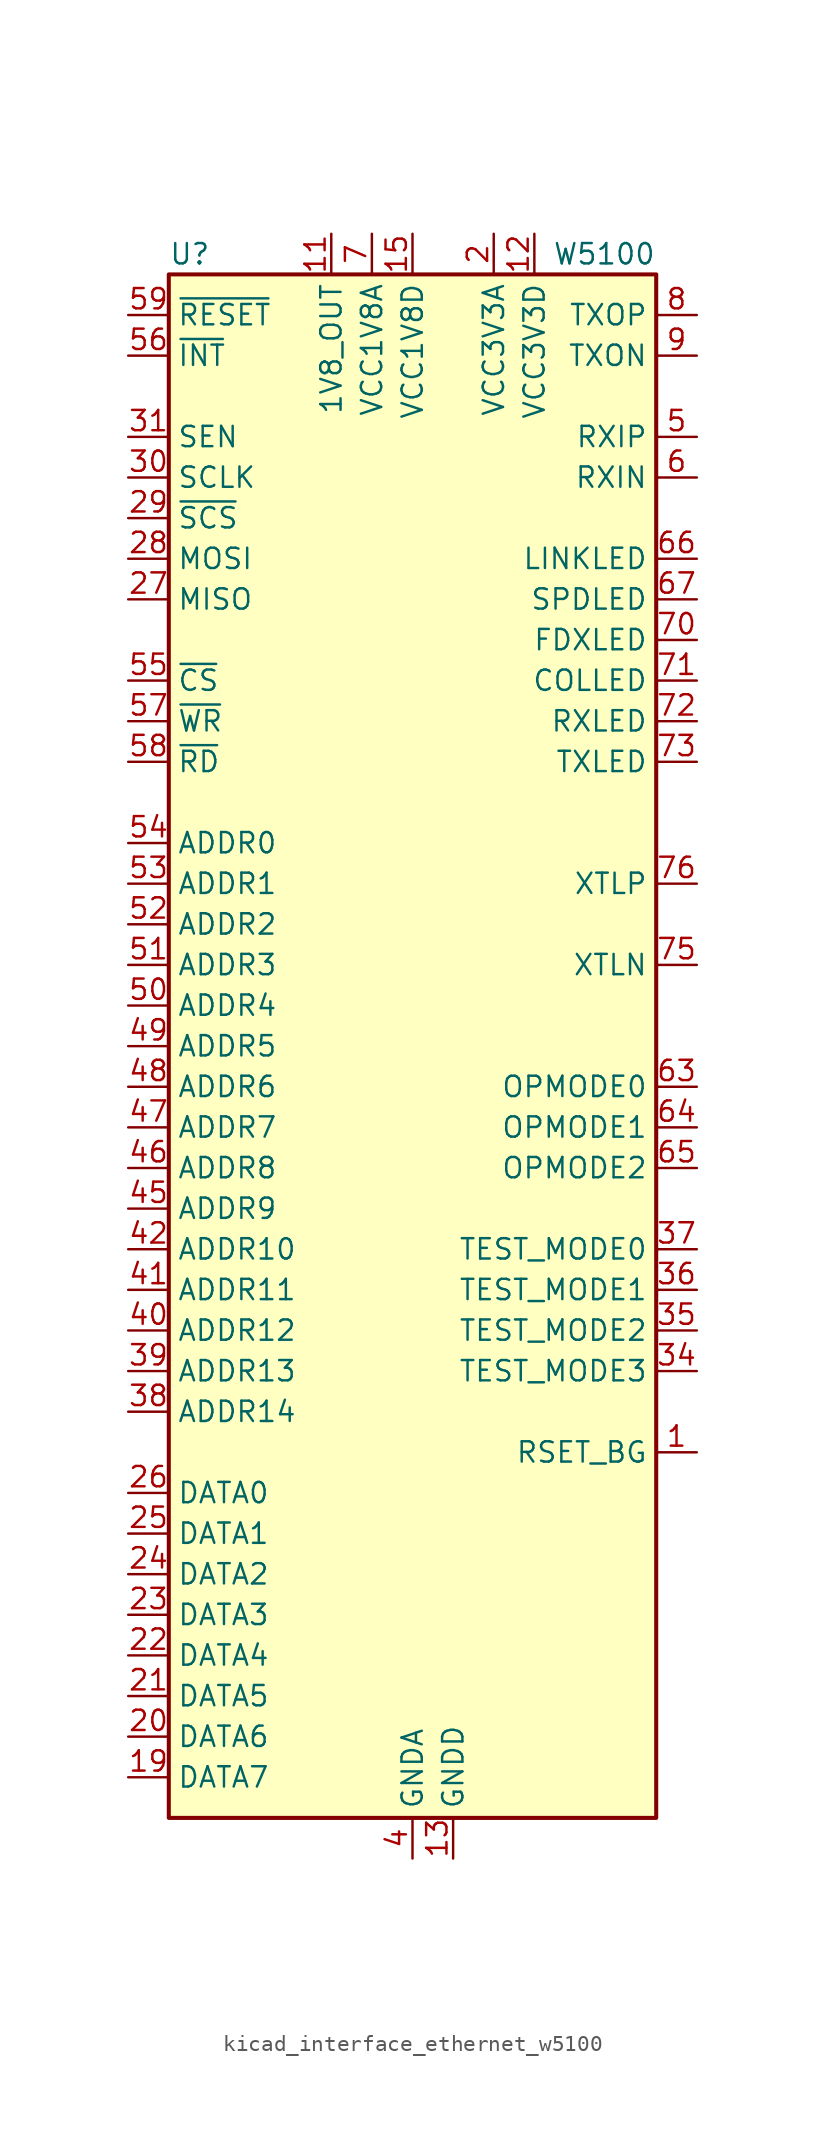
<source format=kicad_sym>
(kicad_symbol_lib
  (version 20220914)
  (generator kicad_symbol_editor)
  (symbol "kicad_interface_ethernet_w5100"
    (property "Reference" "U"
      (at -15.24 49.53 0)
      (effects (font (size 1.27 1.27)) (justify left)))
    (property "Value" "W5100"
      (at 15.24 49.53 0)
      (effects (font (size 1.27 1.27)) (justify right)))
    (symbol "kicad_interface_ethernet_w5100_0_1"
      (rectangle (start -15.24 48.26) (end 15.24 -48.26) (stroke (width 0.254) (type default)) (fill (type background))))
    (symbol "kicad_interface_ethernet_w5100_1_1"
      (pin output line (at 17.78 -25.4 180) (length 2.54) (name "RSET_BG" (effects (font (size 1.27 1.27)))) (number "1" (effects (font (size 1.27 1.27)))))
      (pin passive line (at 0 -50.8 90) (length 2.54) hide (name "GNDA" (effects (font (size 1.27 1.27)))) (number "10" (effects (font (size 1.27 1.27)))))
      (pin power_out line (at -5.08 50.8 270) (length 2.54) (name "1V8_OUT" (effects (font (size 1.27 1.27)))) (number "11" (effects (font (size 1.27 1.27)))))
      (pin power_in line (at 7.62 50.8 270) (length 2.54) (name "VCC3V3D" (effects (font (size 1.27 1.27)))) (number "12" (effects (font (size 1.27 1.27)))))
      (pin power_in line (at 2.54 -50.8 90) (length 2.54) (name "GNDD" (effects (font (size 1.27 1.27)))) (number "13" (effects (font (size 1.27 1.27)))))
      (pin passive line (at 2.54 -50.8 90) (length 2.54) hide (name "GNDD" (effects (font (size 1.27 1.27)))) (number "14" (effects (font (size 1.27 1.27)))))
      (pin power_in line (at 0 50.8 270) (length 2.54) (name "VCC1V8D" (effects (font (size 1.27 1.27)))) (number "15" (effects (font (size 1.27 1.27)))))
      (pin passive line (at 0 50.8 270) (length 2.54) hide (name "VCC1V8D" (effects (font (size 1.27 1.27)))) (number "16" (effects (font (size 1.27 1.27)))))
      (pin passive line (at 2.54 -50.8 90) (length 2.54) hide (name "GNDD" (effects (font (size 1.27 1.27)))) (number "17" (effects (font (size 1.27 1.27)))))
      (pin passive line (at 7.62 50.8 270) (length 2.54) hide (name "VCC3V3D" (effects (font (size 1.27 1.27)))) (number "18" (effects (font (size 1.27 1.27)))))
      (pin bidirectional line (at -17.78 -45.72 0) (length 2.54) (name "DATA7" (effects (font (size 1.27 1.27)))) (number "19" (effects (font (size 1.27 1.27)))))
      (pin power_in line (at 5.08 50.8 270) (length 2.54) (name "VCC3V3A" (effects (font (size 1.27 1.27)))) (number "2" (effects (font (size 1.27 1.27)))))
      (pin bidirectional line (at -17.78 -43.18 0) (length 2.54) (name "DATA6" (effects (font (size 1.27 1.27)))) (number "20" (effects (font (size 1.27 1.27)))))
      (pin bidirectional line (at -17.78 -40.64 0) (length 2.54) (name "DATA5" (effects (font (size 1.27 1.27)))) (number "21" (effects (font (size 1.27 1.27)))))
      (pin bidirectional line (at -17.78 -38.1 0) (length 2.54) (name "DATA4" (effects (font (size 1.27 1.27)))) (number "22" (effects (font (size 1.27 1.27)))))
      (pin bidirectional line (at -17.78 -35.56 0) (length 2.54) (name "DATA3" (effects (font (size 1.27 1.27)))) (number "23" (effects (font (size 1.27 1.27)))))
      (pin bidirectional line (at -17.78 -33.02 0) (length 2.54) (name "DATA2" (effects (font (size 1.27 1.27)))) (number "24" (effects (font (size 1.27 1.27)))))
      (pin bidirectional line (at -17.78 -30.48 0) (length 2.54) (name "DATA1" (effects (font (size 1.27 1.27)))) (number "25" (effects (font (size 1.27 1.27)))))
      (pin bidirectional line (at -17.78 -27.94 0) (length 2.54) (name "DATA0" (effects (font (size 1.27 1.27)))) (number "26" (effects (font (size 1.27 1.27)))))
      (pin output line (at -17.78 27.94 0) (length 2.54) (name "MISO" (effects (font (size 1.27 1.27)))) (number "27" (effects (font (size 1.27 1.27)))))
      (pin input line (at -17.78 30.48 0) (length 2.54) (name "MOSI" (effects (font (size 1.27 1.27)))) (number "28" (effects (font (size 1.27 1.27)))))
      (pin input line (at -17.78 33.02 0) (length 2.54) (name "~{SCS}" (effects (font (size 1.27 1.27)))) (number "29" (effects (font (size 1.27 1.27)))))
      (pin no_connect line (at 15.24 -30.48 180) (length 2.54) hide (name "NC" (effects (font (size 1.27 1.27)))) (number "3" (effects (font (size 1.27 1.27)))))
      (pin input line (at -17.78 35.56 0) (length 2.54) (name "SCLK" (effects (font (size 1.27 1.27)))) (number "30" (effects (font (size 1.27 1.27)))))
      (pin input line (at -17.78 38.1 0) (length 2.54) (name "SEN" (effects (font (size 1.27 1.27)))) (number "31" (effects (font (size 1.27 1.27)))))
      (pin passive line (at 2.54 -50.8 90) (length 2.54) hide (name "GNDD" (effects (font (size 1.27 1.27)))) (number "32" (effects (font (size 1.27 1.27)))))
      (pin passive line (at 0 50.8 270) (length 2.54) hide (name "VCC1V8D" (effects (font (size 1.27 1.27)))) (number "33" (effects (font (size 1.27 1.27)))))
      (pin input line (at 17.78 -20.32 180) (length 2.54) (name "TEST_MODE3" (effects (font (size 1.27 1.27)))) (number "34" (effects (font (size 1.27 1.27)))))
      (pin input line (at 17.78 -17.78 180) (length 2.54) (name "TEST_MODE2" (effects (font (size 1.27 1.27)))) (number "35" (effects (font (size 1.27 1.27)))))
      (pin input line (at 17.78 -15.24 180) (length 2.54) (name "TEST_MODE1" (effects (font (size 1.27 1.27)))) (number "36" (effects (font (size 1.27 1.27)))))
      (pin input line (at 17.78 -12.7 180) (length 2.54) (name "TEST_MODE0" (effects (font (size 1.27 1.27)))) (number "37" (effects (font (size 1.27 1.27)))))
      (pin input line (at -17.78 -22.86 0) (length 2.54) (name "ADDR14" (effects (font (size 1.27 1.27)))) (number "38" (effects (font (size 1.27 1.27)))))
      (pin input line (at -17.78 -20.32 0) (length 2.54) (name "ADDR13" (effects (font (size 1.27 1.27)))) (number "39" (effects (font (size 1.27 1.27)))))
      (pin power_in line (at 0 -50.8 90) (length 2.54) (name "GNDA" (effects (font (size 1.27 1.27)))) (number "4" (effects (font (size 1.27 1.27)))))
      (pin input line (at -17.78 -17.78 0) (length 2.54) (name "ADDR12" (effects (font (size 1.27 1.27)))) (number "40" (effects (font (size 1.27 1.27)))))
      (pin input line (at -17.78 -15.24 0) (length 2.54) (name "ADDR11" (effects (font (size 1.27 1.27)))) (number "41" (effects (font (size 1.27 1.27)))))
      (pin input line (at -17.78 -12.7 0) (length 2.54) (name "ADDR10" (effects (font (size 1.27 1.27)))) (number "42" (effects (font (size 1.27 1.27)))))
      (pin passive line (at 2.54 -50.8 90) (length 2.54) hide (name "GNDD" (effects (font (size 1.27 1.27)))) (number "43" (effects (font (size 1.27 1.27)))))
      (pin passive line (at 7.62 50.8 270) (length 2.54) hide (name "VCC3V3D" (effects (font (size 1.27 1.27)))) (number "44" (effects (font (size 1.27 1.27)))))
      (pin input line (at -17.78 -10.16 0) (length 2.54) (name "ADDR9" (effects (font (size 1.27 1.27)))) (number "45" (effects (font (size 1.27 1.27)))))
      (pin input line (at -17.78 -7.62 0) (length 2.54) (name "ADDR8" (effects (font (size 1.27 1.27)))) (number "46" (effects (font (size 1.27 1.27)))))
      (pin input line (at -17.78 -5.08 0) (length 2.54) (name "ADDR7" (effects (font (size 1.27 1.27)))) (number "47" (effects (font (size 1.27 1.27)))))
      (pin input line (at -17.78 -2.54 0) (length 2.54) (name "ADDR6" (effects (font (size 1.27 1.27)))) (number "48" (effects (font (size 1.27 1.27)))))
      (pin input line (at -17.78 0 0) (length 2.54) (name "ADDR5" (effects (font (size 1.27 1.27)))) (number "49" (effects (font (size 1.27 1.27)))))
      (pin input line (at 17.78 38.1 180) (length 2.54) (name "RXIP" (effects (font (size 1.27 1.27)))) (number "5" (effects (font (size 1.27 1.27)))))
      (pin input line (at -17.78 2.54 0) (length 2.54) (name "ADDR4" (effects (font (size 1.27 1.27)))) (number "50" (effects (font (size 1.27 1.27)))))
      (pin input line (at -17.78 5.08 0) (length 2.54) (name "ADDR3" (effects (font (size 1.27 1.27)))) (number "51" (effects (font (size 1.27 1.27)))))
      (pin input line (at -17.78 7.62 0) (length 2.54) (name "ADDR2" (effects (font (size 1.27 1.27)))) (number "52" (effects (font (size 1.27 1.27)))))
      (pin input line (at -17.78 10.16 0) (length 2.54) (name "ADDR1" (effects (font (size 1.27 1.27)))) (number "53" (effects (font (size 1.27 1.27)))))
      (pin input line (at -17.78 12.7 0) (length 2.54) (name "ADDR0" (effects (font (size 1.27 1.27)))) (number "54" (effects (font (size 1.27 1.27)))))
      (pin input line (at -17.78 22.86 0) (length 2.54) (name "~{CS}" (effects (font (size 1.27 1.27)))) (number "55" (effects (font (size 1.27 1.27)))))
      (pin output line (at -17.78 43.18 0) (length 2.54) (name "~{INT}" (effects (font (size 1.27 1.27)))) (number "56" (effects (font (size 1.27 1.27)))))
      (pin input line (at -17.78 20.32 0) (length 2.54) (name "~{WR}" (effects (font (size 1.27 1.27)))) (number "57" (effects (font (size 1.27 1.27)))))
      (pin input line (at -17.78 17.78 0) (length 2.54) (name "~{RD}" (effects (font (size 1.27 1.27)))) (number "58" (effects (font (size 1.27 1.27)))))
      (pin input line (at -17.78 45.72 0) (length 2.54) (name "~{RESET}" (effects (font (size 1.27 1.27)))) (number "59" (effects (font (size 1.27 1.27)))))
      (pin input line (at 17.78 35.56 180) (length 2.54) (name "RXIN" (effects (font (size 1.27 1.27)))) (number "6" (effects (font (size 1.27 1.27)))))
      (pin no_connect line (at 15.24 -33.02 180) (length 2.54) hide (name "NC" (effects (font (size 1.27 1.27)))) (number "60" (effects (font (size 1.27 1.27)))))
      (pin no_connect line (at 15.24 -35.56 180) (length 2.54) hide (name "NC" (effects (font (size 1.27 1.27)))) (number "61" (effects (font (size 1.27 1.27)))))
      (pin no_connect line (at 15.24 -38.1 180) (length 2.54) hide (name "NC" (effects (font (size 1.27 1.27)))) (number "62" (effects (font (size 1.27 1.27)))))
      (pin input line (at 17.78 -2.54 180) (length 2.54) (name "OPMODE0" (effects (font (size 1.27 1.27)))) (number "63" (effects (font (size 1.27 1.27)))))
      (pin input line (at 17.78 -5.08 180) (length 2.54) (name "OPMODE1" (effects (font (size 1.27 1.27)))) (number "64" (effects (font (size 1.27 1.27)))))
      (pin input line (at 17.78 -7.62 180) (length 2.54) (name "OPMODE2" (effects (font (size 1.27 1.27)))) (number "65" (effects (font (size 1.27 1.27)))))
      (pin output line (at 17.78 30.48 180) (length 2.54) (name "LINKLED" (effects (font (size 1.27 1.27)))) (number "66" (effects (font (size 1.27 1.27)))))
      (pin output line (at 17.78 27.94 180) (length 2.54) (name "SPDLED" (effects (font (size 1.27 1.27)))) (number "67" (effects (font (size 1.27 1.27)))))
      (pin passive line (at 2.54 -50.8 90) (length 2.54) hide (name "GNDD" (effects (font (size 1.27 1.27)))) (number "68" (effects (font (size 1.27 1.27)))))
      (pin passive line (at 0 50.8 270) (length 2.54) hide (name "VCC1V8D" (effects (font (size 1.27 1.27)))) (number "69" (effects (font (size 1.27 1.27)))))
      (pin power_in line (at -2.54 50.8 270) (length 2.54) (name "VCC1V8A" (effects (font (size 1.27 1.27)))) (number "7" (effects (font (size 1.27 1.27)))))
      (pin output line (at 17.78 25.4 180) (length 2.54) (name "FDXLED" (effects (font (size 1.27 1.27)))) (number "70" (effects (font (size 1.27 1.27)))))
      (pin output line (at 17.78 22.86 180) (length 2.54) (name "COLLED" (effects (font (size 1.27 1.27)))) (number "71" (effects (font (size 1.27 1.27)))))
      (pin output line (at 17.78 20.32 180) (length 2.54) (name "RXLED" (effects (font (size 1.27 1.27)))) (number "72" (effects (font (size 1.27 1.27)))))
      (pin output line (at 17.78 17.78 180) (length 2.54) (name "TXLED" (effects (font (size 1.27 1.27)))) (number "73" (effects (font (size 1.27 1.27)))))
      (pin passive line (at -2.54 50.8 270) (length 2.54) hide (name "VCC1V8A" (effects (font (size 1.27 1.27)))) (number "74" (effects (font (size 1.27 1.27)))))
      (pin input line (at 17.78 5.08 180) (length 2.54) (name "XTLN" (effects (font (size 1.27 1.27)))) (number "75" (effects (font (size 1.27 1.27)))))
      (pin output line (at 17.78 10.16 180) (length 2.54) (name "XTLP" (effects (font (size 1.27 1.27)))) (number "76" (effects (font (size 1.27 1.27)))))
      (pin passive line (at 0 -50.8 90) (length 2.54) hide (name "GNDA" (effects (font (size 1.27 1.27)))) (number "77" (effects (font (size 1.27 1.27)))))
      (pin no_connect line (at 15.24 -40.64 180) (length 2.54) hide (name "NC" (effects (font (size 1.27 1.27)))) (number "78" (effects (font (size 1.27 1.27)))))
      (pin no_connect line (at 15.24 -43.18 180) (length 2.54) hide (name "NC" (effects (font (size 1.27 1.27)))) (number "79" (effects (font (size 1.27 1.27)))))
      (pin output line (at 17.78 45.72 180) (length 2.54) (name "TXOP" (effects (font (size 1.27 1.27)))) (number "8" (effects (font (size 1.27 1.27)))))
      (pin no_connect line (at 15.24 -45.72 180) (length 2.54) hide (name "NC" (effects (font (size 1.27 1.27)))) (number "80" (effects (font (size 1.27 1.27)))))
      (pin output line (at 17.78 43.18 180) (length 2.54) (name "TXON" (effects (font (size 1.27 1.27)))) (number "9" (effects (font (size 1.27 1.27))))))))
</source>
